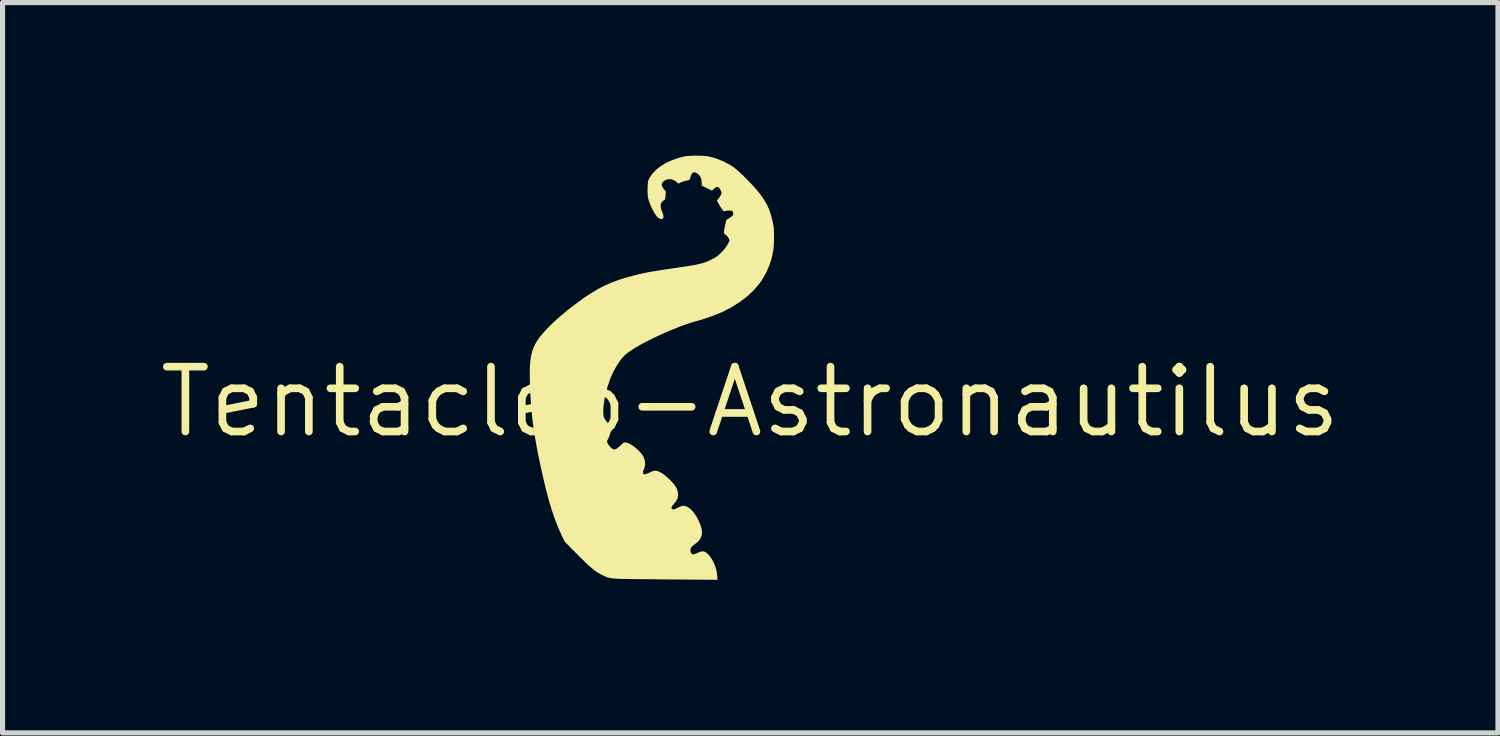
<source format=kicad_pcb>
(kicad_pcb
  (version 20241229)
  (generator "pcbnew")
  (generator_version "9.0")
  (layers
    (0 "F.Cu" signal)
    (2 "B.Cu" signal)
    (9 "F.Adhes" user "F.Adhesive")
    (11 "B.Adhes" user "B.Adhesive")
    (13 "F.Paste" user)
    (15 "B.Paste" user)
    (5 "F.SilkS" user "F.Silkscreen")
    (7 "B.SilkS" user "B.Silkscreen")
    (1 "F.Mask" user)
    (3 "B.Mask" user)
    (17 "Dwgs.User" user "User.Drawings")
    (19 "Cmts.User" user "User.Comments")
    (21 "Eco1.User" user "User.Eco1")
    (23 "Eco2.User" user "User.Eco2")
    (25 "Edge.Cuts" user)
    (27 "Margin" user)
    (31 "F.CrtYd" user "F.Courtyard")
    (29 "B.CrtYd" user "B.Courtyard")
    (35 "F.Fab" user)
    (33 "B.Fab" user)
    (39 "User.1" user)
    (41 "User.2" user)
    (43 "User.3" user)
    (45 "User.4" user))
  (footprint "Tentacle6-Astronautilus"
    (layer "F.Cu")
    (at 11.649 4.824)
    (property "Reference" "Tentacle6-Astronautilus" (at 0 0 0) (layer "F.SilkS") (effects (font (size 1.27 1.27) (thickness 0.15))))
    (attr board_only exclude_from_pos_files exclude_from_bom)
    (fp_poly (pts (xy -0.961 -4.823) (xy -0.895 -4.819) (xy -0.842 -4.814) (xy -0.821 -4.811) (xy -0.666 -4.768) (xy -0.519 -4.709) (xy -0.383 -4.636) (xy -0.33 -4.601) (xy -0.29 -4.57) (xy -0.239 -4.526) (xy -0.18 -4.472) (xy -0.117 -4.411) (xy -0.053 -4.347) (xy 0.01 -4.282) (xy 0.068 -4.22) (xy 0.105 -4.179) (xy 0.191 -4.074) (xy 0.262 -3.975) (xy 0.319 -3.879) (xy 0.366 -3.779) (xy 0.403 -3.672) (xy 0.434 -3.553) (xy 0.454 -3.458) (xy 0.46 -3.412) (xy 0.464 -3.35) (xy 0.465 -3.278) (xy 0.465 -3.2) (xy 0.464 -3.123) (xy 0.46 -3.05) (xy 0.454 -2.988) (xy 0.45 -2.96) (xy 0.418 -2.811) (xy 0.369 -2.663) (xy 0.306 -2.521) (xy 0.231 -2.391) (xy 0.189 -2.33) (xy 0.076 -2.196) (xy -0.055 -2.072) (xy -0.203 -1.958) (xy -0.368 -1.854) (xy -0.549 -1.761) (xy -0.744 -1.681) (xy -0.953 -1.612) (xy -0.984 -1.603) (xy -1.079 -1.576) (xy -1.159 -1.552) (xy -1.23 -1.529) (xy -1.3 -1.505) (xy -1.373 -1.478) (xy -1.446 -1.449) (xy -1.605 -1.384) (xy -1.757 -1.317) (xy -1.9 -1.25) (xy -2.033 -1.183) (xy -2.154 -1.118) (xy -2.261 -1.056) (xy -2.352 -0.997) (xy -2.426 -0.942) (xy -2.465 -0.908) (xy -2.52 -0.848) (xy -2.576 -0.771) (xy -2.632 -0.682) (xy -2.684 -0.585) (xy -2.731 -0.483) (xy -2.763 -0.399) (xy -2.798 -0.293) (xy -2.827 -0.186) (xy -2.85 -0.081) (xy -2.867 0.02) (xy -2.877 0.112) (xy -2.881 0.194) (xy -2.876 0.261) (xy -2.869 0.298) (xy -2.856 0.326) (xy -2.833 0.362) (xy -2.804 0.399) (xy -2.8 0.405) (xy -2.772 0.439) (xy -2.75 0.47) (xy -2.738 0.492) (xy -2.736 0.495) (xy -2.732 0.545) (xy -2.74 0.605) (xy -2.759 0.667) (xy -2.775 0.704) (xy -2.81 0.773) (xy -2.791 0.816) (xy -2.77 0.85) (xy -2.742 0.884) (xy -2.711 0.911) (xy -2.683 0.929) (xy -2.668 0.932) (xy -2.644 0.928) (xy -2.618 0.916) (xy -2.586 0.892) (xy -2.544 0.855) (xy -2.539 0.85) (xy -2.508 0.821) (xy -2.486 0.804) (xy -2.468 0.796) (xy -2.448 0.795) (xy -2.43 0.797) (xy -2.387 0.81) (xy -2.335 0.836) (xy -2.279 0.874) (xy -2.224 0.919) (xy -2.172 0.969) (xy -2.127 1.02) (xy -2.094 1.069) (xy -2.09 1.079) (xy -2.066 1.147) (xy -2.059 1.217) (xy -2.07 1.284) (xy -2.085 1.323) (xy -2.102 1.364) (xy -2.103 1.395) (xy -2.09 1.414) (xy -2.07 1.419) (xy -2.047 1.415) (xy -2.013 1.403) (xy -1.974 1.385) (xy -1.967 1.382) (xy -1.921 1.361) (xy -1.886 1.349) (xy -1.857 1.347) (xy -1.826 1.353) (xy -1.802 1.361) (xy -1.754 1.383) (xy -1.702 1.416) (xy -1.644 1.463) (xy -1.576 1.525) (xy -1.566 1.535) (xy -1.512 1.592) (xy -1.473 1.641) (xy -1.446 1.686) (xy -1.428 1.733) (xy -1.419 1.769) (xy -1.414 1.833) (xy -1.424 1.889) (xy -1.452 1.944) (xy -1.489 1.991) (xy -1.521 2.028) (xy -1.539 2.054) (xy -1.545 2.073) (xy -1.54 2.087) (xy -1.534 2.095) (xy -1.518 2.105) (xy -1.498 2.106) (xy -1.469 2.097) (xy -1.428 2.077) (xy -1.416 2.071) (xy -1.377 2.052) (xy -1.34 2.039) (xy -1.313 2.034) (xy -1.312 2.034) (xy -1.259 2.044) (xy -1.204 2.073) (xy -1.149 2.12) (xy -1.096 2.183) (xy -1.046 2.26) (xy -1.018 2.314) (xy -0.976 2.409) (xy -0.952 2.494) (xy -0.945 2.568) (xy -0.956 2.633) (xy -0.984 2.691) (xy -1.03 2.743) (xy -1.066 2.772) (xy -1.111 2.805) (xy -1.141 2.831) (xy -1.159 2.855) (xy -1.169 2.881) (xy -1.172 2.895) (xy -1.171 2.934) (xy -1.158 2.965) (xy -1.135 2.984) (xy -1.118 2.987) (xy -1.097 2.983) (xy -1.063 2.971) (xy -1.025 2.955) (xy -1.023 2.954) (xy -0.97 2.933) (xy -0.928 2.926) (xy -0.89 2.935) (xy -0.852 2.961) (xy -0.819 2.992) (xy -0.766 3.058) (xy -0.72 3.139) (xy -0.683 3.229) (xy -0.658 3.32) (xy -0.647 3.408) (xy -0.646 3.424) (xy -0.646 3.485) (xy -1.041 3.483) (xy -1.129 3.482) (xy -1.235 3.481) (xy -1.354 3.48) (xy -1.483 3.479) (xy -1.619 3.478) (xy -1.757 3.477) (xy -1.894 3.475) (xy -2.025 3.474) (xy -2.065 3.474) (xy -2.202 3.472) (xy -2.32 3.471) (xy -2.419 3.469) (xy -2.504 3.468) (xy -2.574 3.466) (xy -2.633 3.463) (xy -2.682 3.459) (xy -2.722 3.454) (xy -2.756 3.448) (xy -2.786 3.441) (xy -2.813 3.432) (xy -2.839 3.421) (xy -2.866 3.409) (xy -2.896 3.394) (xy -2.908 3.388) (xy -2.954 3.364) (xy -2.997 3.339) (xy -3.04 3.31) (xy -3.084 3.276) (xy -3.133 3.234) (xy -3.189 3.184) (xy -3.252 3.123) (xy -3.327 3.049) (xy -3.388 2.988) (xy -3.635 2.738) (xy -3.697 2.611) (xy -3.762 2.465) (xy -3.826 2.301) (xy -3.888 2.122) (xy -3.946 1.93) (xy -3.999 1.729) (xy -4.018 1.652) (xy -4.071 1.425) (xy -4.117 1.215) (xy -4.158 1.02) (xy -4.192 0.838) (xy -4.222 0.666) (xy -4.247 0.502) (xy -4.268 0.344) (xy -4.284 0.189) (xy -4.297 0.034) (xy -4.307 -0.123) (xy -4.311 -0.201) (xy -4.317 -0.35) (xy -4.32 -0.481) (xy -4.32 -0.594) (xy -4.317 -0.693) (xy -4.311 -0.78) (xy -4.302 -0.857) (xy -4.289 -0.926) (xy -4.273 -0.989) (xy -4.252 -1.049) (xy -4.226 -1.107) (xy -4.216 -1.128) (xy -4.172 -1.204) (xy -4.11 -1.288) (xy -4.032 -1.38) (xy -3.938 -1.478) (xy -3.831 -1.581) (xy -3.71 -1.688) (xy -3.577 -1.799) (xy -3.433 -1.91) (xy -3.405 -1.931) (xy -3.259 -2.038) (xy -3.121 -2.129) (xy -2.989 -2.208) (xy -2.858 -2.277) (xy -2.723 -2.336) (xy -2.581 -2.389) (xy -2.428 -2.437) (xy -2.259 -2.482) (xy -2.208 -2.495) (xy -2.146 -2.509) (xy -2.086 -2.522) (xy -2.026 -2.535) (xy -1.962 -2.547) (xy -1.892 -2.559) (xy -1.813 -2.572) (xy -1.722 -2.586) (xy -1.617 -2.602) (xy -1.495 -2.62) (xy -1.446 -2.627) (xy -1.323 -2.645) (xy -1.218 -2.661) (xy -1.129 -2.676) (xy -1.054 -2.69) (xy -0.99 -2.705) (xy -0.934 -2.72) (xy -0.883 -2.736) (xy -0.836 -2.754) (xy -0.789 -2.775) (xy -0.763 -2.788) (xy -0.707 -2.817) (xy -0.663 -2.844) (xy -0.624 -2.874) (xy -0.583 -2.912) (xy -0.566 -2.928) (xy -0.501 -3) (xy -0.453 -3.069) (xy -0.442 -3.09) (xy -0.402 -3.166) (xy -0.424 -3.21) (xy -0.446 -3.242) (xy -0.475 -3.269) (xy -0.483 -3.275) (xy -0.499 -3.285) (xy -0.51 -3.297) (xy -0.516 -3.312) (xy -0.516 -3.335) (xy -0.511 -3.37) (xy -0.501 -3.419) (xy -0.494 -3.453) (xy -0.47 -3.564) (xy -0.408 -3.602) (xy -0.375 -3.625) (xy -0.349 -3.647) (xy -0.337 -3.664) (xy -0.333 -3.696) (xy -0.341 -3.726) (xy -0.354 -3.742) (xy -0.374 -3.747) (xy -0.407 -3.749) (xy -0.444 -3.748) (xy -0.477 -3.743) (xy -0.491 -3.74) (xy -0.509 -3.735) (xy -0.524 -3.742) (xy -0.543 -3.763) (xy -0.546 -3.767) (xy -0.566 -3.795) (xy -0.591 -3.834) (xy -0.615 -3.874) (xy -0.615 -3.874) (xy -0.656 -3.945) (xy -0.631 -3.972) (xy -0.61 -3.998) (xy -0.589 -4.032) (xy -0.572 -4.065) (xy -0.562 -4.091) (xy -0.561 -4.097) (xy -0.567 -4.121) (xy -0.583 -4.152) (xy -0.602 -4.181) (xy -0.62 -4.202) (xy -0.624 -4.205) (xy -0.65 -4.211) (xy -0.678 -4.201) (xy -0.712 -4.175) (xy -0.716 -4.171) (xy -0.75 -4.14) (xy -0.851 -4.188) (xy -0.952 -4.237) (xy -0.951 -4.299) (xy -0.959 -4.364) (xy -0.982 -4.419) (xy -1.019 -4.463) (xy -1.068 -4.492) (xy -1.085 -4.497) (xy -1.114 -4.497) (xy -1.138 -4.481) (xy -1.158 -4.446) (xy -1.175 -4.393) (xy -1.18 -4.374) (xy -1.186 -4.359) (xy -1.2 -4.348) (xy -1.227 -4.34) (xy -1.247 -4.336) (xy -1.292 -4.325) (xy -1.339 -4.309) (xy -1.359 -4.3) (xy -1.41 -4.276) (xy -1.438 -4.303) (xy -1.493 -4.342) (xy -1.55 -4.362) (xy -1.609 -4.363) (xy -1.664 -4.345) (xy -1.708 -4.314) (xy -1.731 -4.283) (xy -1.736 -4.25) (xy -1.724 -4.213) (xy -1.693 -4.169) (xy -1.677 -4.152) (xy -1.665 -4.136) (xy -1.658 -4.12) (xy -1.656 -4.098) (xy -1.658 -4.063) (xy -1.659 -4.042) (xy -1.664 -4) (xy -1.669 -3.974) (xy -1.676 -3.959) (xy -1.688 -3.952) (xy -1.69 -3.951) (xy -1.726 -3.927) (xy -1.749 -3.889) (xy -1.757 -3.841) (xy -1.749 -3.787) (xy -1.733 -3.743) (xy -1.71 -3.684) (xy -1.7 -3.637) (xy -1.703 -3.604) (xy -1.719 -3.584) (xy -1.747 -3.581) (xy -1.784 -3.592) (xy -1.81 -3.612) (xy -1.841 -3.649) (xy -1.875 -3.698) (xy -1.908 -3.756) (xy -1.939 -3.819) (xy -1.967 -3.883) (xy -1.988 -3.944) (xy -1.997 -3.978) (xy -2.006 -4.03) (xy -2.011 -4.087) (xy -2.012 -4.157) (xy -2.011 -4.192) (xy -2.009 -4.248) (xy -2.006 -4.289) (xy -2.002 -4.319) (xy -1.995 -4.343) (xy -1.985 -4.368) (xy -1.971 -4.393) (xy -1.917 -4.473) (xy -1.844 -4.548) (xy -1.755 -4.618) (xy -1.653 -4.681) (xy -1.538 -4.734) (xy -1.415 -4.778) (xy -1.287 -4.81) (xy -1.24 -4.816) (xy -1.179 -4.821) (xy -1.108 -4.824) (xy -1.034 -4.824)) (stroke (width 0) (type solid)) (fill yes) (layer "F.SilkS")))
  (gr_rect
    (start -3 -3)
    (end 26.298 11.309)
    (stroke (width 0.1) (type default))
    (fill no)
    (layer "Edge.Cuts")))
</source>
